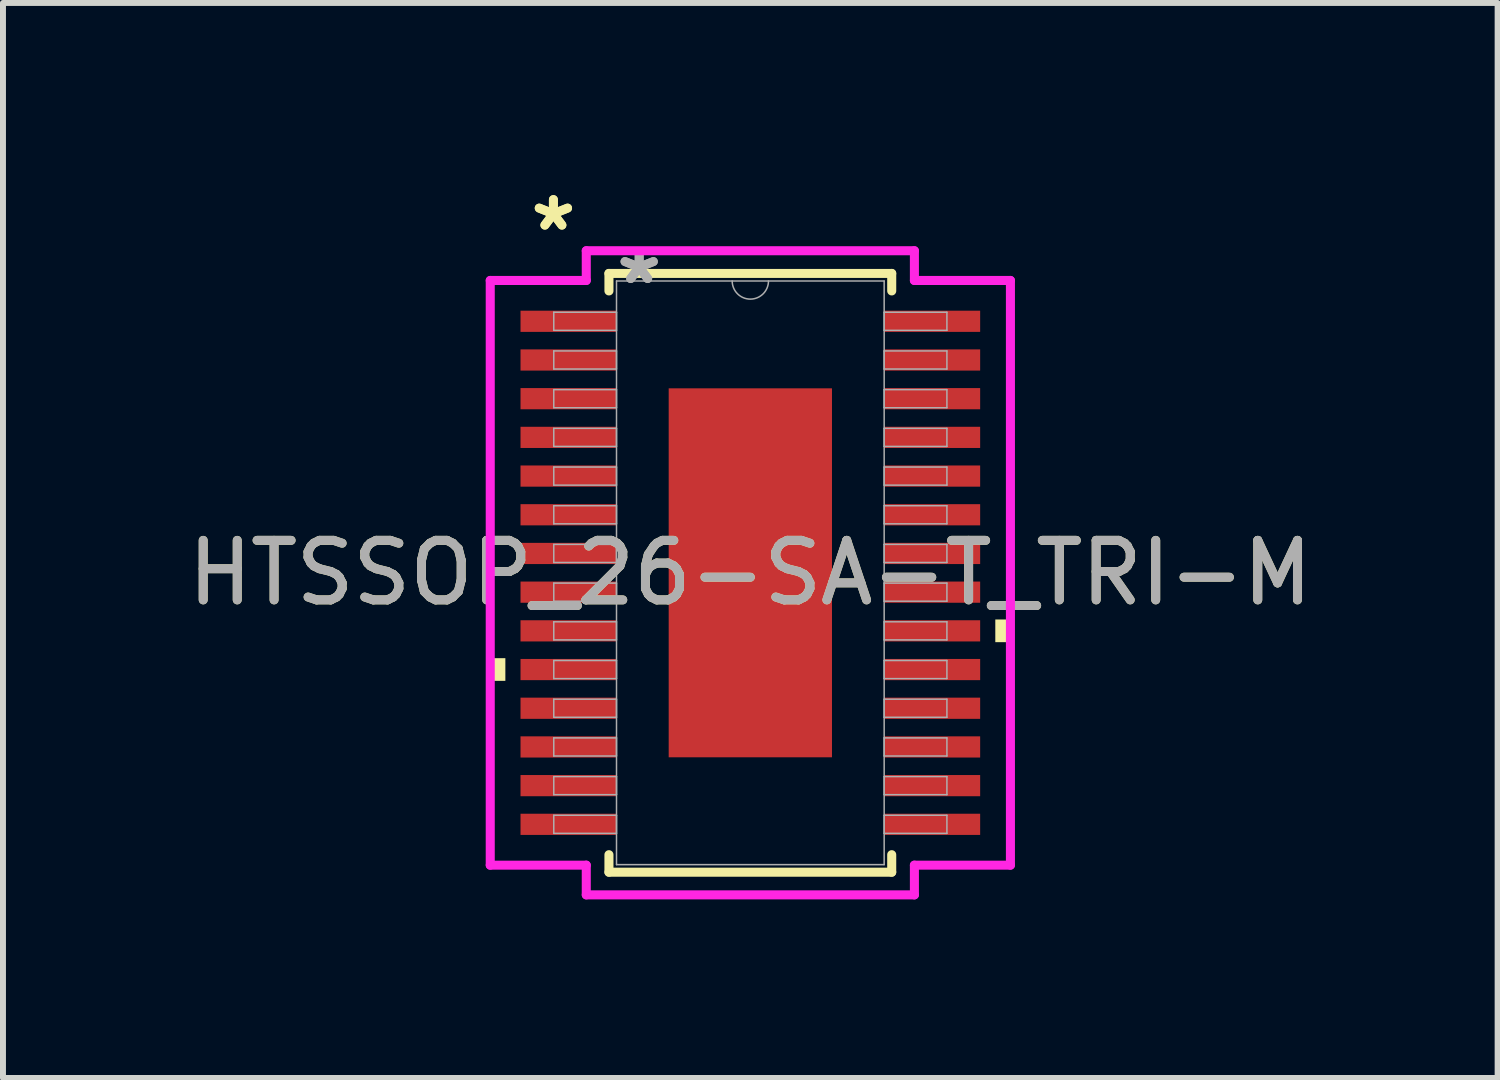
<source format=kicad_pcb>
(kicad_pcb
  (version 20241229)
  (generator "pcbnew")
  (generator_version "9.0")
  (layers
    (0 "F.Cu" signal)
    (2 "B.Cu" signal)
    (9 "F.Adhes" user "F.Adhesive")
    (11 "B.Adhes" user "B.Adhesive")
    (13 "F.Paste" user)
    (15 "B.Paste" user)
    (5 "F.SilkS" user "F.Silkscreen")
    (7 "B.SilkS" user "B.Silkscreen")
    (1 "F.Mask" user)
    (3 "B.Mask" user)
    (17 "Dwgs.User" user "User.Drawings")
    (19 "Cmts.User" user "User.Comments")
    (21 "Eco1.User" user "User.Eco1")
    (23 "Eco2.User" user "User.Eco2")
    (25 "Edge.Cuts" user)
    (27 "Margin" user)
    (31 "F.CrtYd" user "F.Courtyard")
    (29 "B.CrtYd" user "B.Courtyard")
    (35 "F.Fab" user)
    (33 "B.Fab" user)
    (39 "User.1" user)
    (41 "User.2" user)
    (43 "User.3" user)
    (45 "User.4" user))
  (footprint "HTSSOP_26-SA-T_TRI-M"
    (layer "F.Cu")
    (at 9.554 6.572)
    (property "Reference" "HTSSOP_26-SA-T_TRI-M" (at 0 0 0) (unlocked yes) (layer "F.SilkS") (effects (font (size 1 1) (thickness 0.15))))
    (attr smd)
    (fp_line (start -2.375 -5.029) (end -2.375 -4.735) (stroke (width 0.152) (type solid)) (layer "F.SilkS"))
    (fp_line (start -2.375 4.735) (end -2.375 5.029) (stroke (width 0.152) (type solid)) (layer "F.SilkS"))
    (fp_line (start -2.375 5.029) (end 2.375 5.029) (stroke (width 0.152) (type solid)) (layer "F.SilkS"))
    (fp_line (start 2.375 -5.029) (end -2.375 -5.029) (stroke (width 0.152) (type solid)) (layer "F.SilkS"))
    (fp_line (start 2.375 -4.735) (end 2.375 -5.029) (stroke (width 0.152) (type solid)) (layer "F.SilkS"))
    (fp_line (start 2.375 5.029) (end 2.375 4.735) (stroke (width 0.152) (type solid)) (layer "F.SilkS"))
    (fp_poly (pts (xy -4.369 1.434) (xy -4.369 1.815) (xy -4.115 1.815) (xy -4.115 1.434)) (stroke (width 0) (type solid)) (fill yes) (layer "F.SilkS"))
    (fp_poly (pts (xy 4.369 0.784) (xy 4.369 1.165) (xy 4.115 1.165) (xy 4.115 0.784)) (stroke (width 0) (type solid)) (fill yes) (layer "F.SilkS"))
    (fp_poly (pts (xy -1.272 -2.999) (xy -1.272 -1.649) (xy -0.1 -1.649) (xy -0.1 -2.999)) (stroke (width 0) (type solid)) (fill yes) (layer "F.Paste"))
    (fp_poly (pts (xy -1.272 -1.449) (xy -1.272 -0.1) (xy -0.1 -0.1) (xy -0.1 -1.449)) (stroke (width 0) (type solid)) (fill yes) (layer "F.Paste"))
    (fp_poly (pts (xy -1.272 0.1) (xy -1.272 1.449) (xy -0.1 1.449) (xy -0.1 0.1)) (stroke (width 0) (type solid)) (fill yes) (layer "F.Paste"))
    (fp_poly (pts (xy -1.272 1.649) (xy -1.272 2.999) (xy -0.1 2.999) (xy -0.1 1.649)) (stroke (width 0) (type solid)) (fill yes) (layer "F.Paste"))
    (fp_poly (pts (xy 0.1 -2.999) (xy 0.1 -1.649) (xy 1.272 -1.649) (xy 1.272 -2.999)) (stroke (width 0) (type solid)) (fill yes) (layer "F.Paste"))
    (fp_poly (pts (xy 0.1 -1.449) (xy 0.1 -0.1) (xy 1.272 -0.1) (xy 1.272 -1.449)) (stroke (width 0) (type solid)) (fill yes) (layer "F.Paste"))
    (fp_poly (pts (xy 0.1 0.1) (xy 0.1 1.449) (xy 1.272 1.449) (xy 1.272 0.1)) (stroke (width 0) (type solid)) (fill yes) (layer "F.Paste"))
    (fp_poly (pts (xy 0.1 1.649) (xy 0.1 2.999) (xy 1.272 2.999) (xy 1.272 1.649)) (stroke (width 0) (type solid)) (fill yes) (layer "F.Paste"))
    (fp_line (start -4.369 -4.911) (end -2.756 -4.911) (stroke (width 0.152) (type solid)) (layer "F.CrtYd"))
    (fp_line (start -4.369 4.911) (end -4.369 -4.911) (stroke (width 0.152) (type solid)) (layer "F.CrtYd"))
    (fp_line (start -4.369 4.911) (end -2.756 4.911) (stroke (width 0.152) (type solid)) (layer "F.CrtYd"))
    (fp_line (start -2.756 -5.41) (end 2.756 -5.41) (stroke (width 0.152) (type solid)) (layer "F.CrtYd"))
    (fp_line (start -2.756 -4.911) (end -2.756 -5.41) (stroke (width 0.152) (type solid)) (layer "F.CrtYd"))
    (fp_line (start -2.756 5.41) (end -2.756 4.911) (stroke (width 0.152) (type solid)) (layer "F.CrtYd"))
    (fp_line (start 2.756 -5.41) (end 2.756 -4.911) (stroke (width 0.152) (type solid)) (layer "F.CrtYd"))
    (fp_line (start 2.756 4.911) (end 2.756 5.41) (stroke (width 0.152) (type solid)) (layer "F.CrtYd"))
    (fp_line (start 2.756 5.41) (end -2.756 5.41) (stroke (width 0.152) (type solid)) (layer "F.CrtYd"))
    (fp_line (start 4.369 -4.911) (end 2.756 -4.911) (stroke (width 0.152) (type solid)) (layer "F.CrtYd"))
    (fp_line (start 4.369 -4.911) (end 4.369 4.911) (stroke (width 0.152) (type solid)) (layer "F.CrtYd"))
    (fp_line (start 4.369 4.911) (end 2.756 4.911) (stroke (width 0.152) (type solid)) (layer "F.CrtYd"))
    (fp_line (start -3.302 -4.377) (end -3.302 -4.073) (stroke (width 0.025) (type solid)) (layer "F.Fab"))
    (fp_line (start -3.302 -4.073) (end -2.248 -4.073) (stroke (width 0.025) (type solid)) (layer "F.Fab"))
    (fp_line (start -3.302 -3.727) (end -3.302 -3.423) (stroke (width 0.025) (type solid)) (layer "F.Fab"))
    (fp_line (start -3.302 -3.423) (end -2.248 -3.423) (stroke (width 0.025) (type solid)) (layer "F.Fab"))
    (fp_line (start -3.302 -3.077) (end -3.302 -2.773) (stroke (width 0.025) (type solid)) (layer "F.Fab"))
    (fp_line (start -3.302 -2.773) (end -2.248 -2.773) (stroke (width 0.025) (type solid)) (layer "F.Fab"))
    (fp_line (start -3.302 -2.427) (end -3.302 -2.123) (stroke (width 0.025) (type solid)) (layer "F.Fab"))
    (fp_line (start -3.302 -2.123) (end -2.248 -2.123) (stroke (width 0.025) (type solid)) (layer "F.Fab"))
    (fp_line (start -3.302 -1.777) (end -3.302 -1.473) (stroke (width 0.025) (type solid)) (layer "F.Fab"))
    (fp_line (start -3.302 -1.473) (end -2.248 -1.473) (stroke (width 0.025) (type solid)) (layer "F.Fab"))
    (fp_line (start -3.302 -1.127) (end -3.302 -0.823) (stroke (width 0.025) (type solid)) (layer "F.Fab"))
    (fp_line (start -3.302 -0.823) (end -2.248 -0.823) (stroke (width 0.025) (type solid)) (layer "F.Fab"))
    (fp_line (start -3.302 -0.477) (end -3.302 -0.173) (stroke (width 0.025) (type solid)) (layer "F.Fab"))
    (fp_line (start -3.302 -0.173) (end -2.248 -0.173) (stroke (width 0.025) (type solid)) (layer "F.Fab"))
    (fp_line (start -3.302 0.173) (end -3.302 0.477) (stroke (width 0.025) (type solid)) (layer "F.Fab"))
    (fp_line (start -3.302 0.477) (end -2.248 0.477) (stroke (width 0.025) (type solid)) (layer "F.Fab"))
    (fp_line (start -3.302 0.823) (end -3.302 1.127) (stroke (width 0.025) (type solid)) (layer "F.Fab"))
    (fp_line (start -3.302 1.127) (end -2.248 1.127) (stroke (width 0.025) (type solid)) (layer "F.Fab"))
    (fp_line (start -3.302 1.473) (end -3.302 1.777) (stroke (width 0.025) (type solid)) (layer "F.Fab"))
    (fp_line (start -3.302 1.777) (end -2.248 1.777) (stroke (width 0.025) (type solid)) (layer "F.Fab"))
    (fp_line (start -3.302 2.123) (end -3.302 2.427) (stroke (width 0.025) (type solid)) (layer "F.Fab"))
    (fp_line (start -3.302 2.427) (end -2.248 2.427) (stroke (width 0.025) (type solid)) (layer "F.Fab"))
    (fp_line (start -3.302 2.773) (end -3.302 3.077) (stroke (width 0.025) (type solid)) (layer "F.Fab"))
    (fp_line (start -3.302 3.077) (end -2.248 3.077) (stroke (width 0.025) (type solid)) (layer "F.Fab"))
    (fp_line (start -3.302 3.423) (end -3.302 3.727) (stroke (width 0.025) (type solid)) (layer "F.Fab"))
    (fp_line (start -3.302 3.727) (end -2.248 3.727) (stroke (width 0.025) (type solid)) (layer "F.Fab"))
    (fp_line (start -3.302 4.073) (end -3.302 4.377) (stroke (width 0.025) (type solid)) (layer "F.Fab"))
    (fp_line (start -3.302 4.377) (end -2.248 4.377) (stroke (width 0.025) (type solid)) (layer "F.Fab"))
    (fp_line (start -2.248 -4.902) (end -2.248 4.902) (stroke (width 0.025) (type solid)) (layer "F.Fab"))
    (fp_line (start -2.248 -4.377) (end -3.302 -4.377) (stroke (width 0.025) (type solid)) (layer "F.Fab"))
    (fp_line (start -2.248 -4.073) (end -2.248 -4.377) (stroke (width 0.025) (type solid)) (layer "F.Fab"))
    (fp_line (start -2.248 -3.727) (end -3.302 -3.727) (stroke (width 0.025) (type solid)) (layer "F.Fab"))
    (fp_line (start -2.248 -3.423) (end -2.248 -3.727) (stroke (width 0.025) (type solid)) (layer "F.Fab"))
    (fp_line (start -2.248 -3.077) (end -3.302 -3.077) (stroke (width 0.025) (type solid)) (layer "F.Fab"))
    (fp_line (start -2.248 -2.773) (end -2.248 -3.077) (stroke (width 0.025) (type solid)) (layer "F.Fab"))
    (fp_line (start -2.248 -2.427) (end -3.302 -2.427) (stroke (width 0.025) (type solid)) (layer "F.Fab"))
    (fp_line (start -2.248 -2.123) (end -2.248 -2.427) (stroke (width 0.025) (type solid)) (layer "F.Fab"))
    (fp_line (start -2.248 -1.777) (end -3.302 -1.777) (stroke (width 0.025) (type solid)) (layer "F.Fab"))
    (fp_line (start -2.248 -1.473) (end -2.248 -1.777) (stroke (width 0.025) (type solid)) (layer "F.Fab"))
    (fp_line (start -2.248 -1.127) (end -3.302 -1.127) (stroke (width 0.025) (type solid)) (layer "F.Fab"))
    (fp_line (start -2.248 -0.823) (end -2.248 -1.127) (stroke (width 0.025) (type solid)) (layer "F.Fab"))
    (fp_line (start -2.248 -0.477) (end -3.302 -0.477) (stroke (width 0.025) (type solid)) (layer "F.Fab"))
    (fp_line (start -2.248 -0.173) (end -2.248 -0.477) (stroke (width 0.025) (type solid)) (layer "F.Fab"))
    (fp_line (start -2.248 0.173) (end -3.302 0.173) (stroke (width 0.025) (type solid)) (layer "F.Fab"))
    (fp_line (start -2.248 0.477) (end -2.248 0.173) (stroke (width 0.025) (type solid)) (layer "F.Fab"))
    (fp_line (start -2.248 0.823) (end -3.302 0.823) (stroke (width 0.025) (type solid)) (layer "F.Fab"))
    (fp_line (start -2.248 1.127) (end -2.248 0.823) (stroke (width 0.025) (type solid)) (layer "F.Fab"))
    (fp_line (start -2.248 1.473) (end -3.302 1.473) (stroke (width 0.025) (type solid)) (layer "F.Fab"))
    (fp_line (start -2.248 1.777) (end -2.248 1.473) (stroke (width 0.025) (type solid)) (layer "F.Fab"))
    (fp_line (start -2.248 2.123) (end -3.302 2.123) (stroke (width 0.025) (type solid)) (layer "F.Fab"))
    (fp_line (start -2.248 2.427) (end -2.248 2.123) (stroke (width 0.025) (type solid)) (layer "F.Fab"))
    (fp_line (start -2.248 2.773) (end -3.302 2.773) (stroke (width 0.025) (type solid)) (layer "F.Fab"))
    (fp_line (start -2.248 3.077) (end -2.248 2.773) (stroke (width 0.025) (type solid)) (layer "F.Fab"))
    (fp_line (start -2.248 3.423) (end -3.302 3.423) (stroke (width 0.025) (type solid)) (layer "F.Fab"))
    (fp_line (start -2.248 3.727) (end -2.248 3.423) (stroke (width 0.025) (type solid)) (layer "F.Fab"))
    (fp_line (start -2.248 4.073) (end -3.302 4.073) (stroke (width 0.025) (type solid)) (layer "F.Fab"))
    (fp_line (start -2.248 4.377) (end -2.248 4.073) (stroke (width 0.025) (type solid)) (layer "F.Fab"))
    (fp_line (start -2.248 4.902) (end 2.248 4.902) (stroke (width 0.025) (type solid)) (layer "F.Fab"))
    (fp_line (start 2.248 -4.902) (end -2.248 -4.902) (stroke (width 0.025) (type solid)) (layer "F.Fab"))
    (fp_line (start 2.248 -4.377) (end 2.248 -4.073) (stroke (width 0.025) (type solid)) (layer "F.Fab"))
    (fp_line (start 2.248 -4.073) (end 3.302 -4.073) (stroke (width 0.025) (type solid)) (layer "F.Fab"))
    (fp_line (start 2.248 -3.727) (end 2.248 -3.423) (stroke (width 0.025) (type solid)) (layer "F.Fab"))
    (fp_line (start 2.248 -3.423) (end 3.302 -3.423) (stroke (width 0.025) (type solid)) (layer "F.Fab"))
    (fp_line (start 2.248 -3.077) (end 2.248 -2.773) (stroke (width 0.025) (type solid)) (layer "F.Fab"))
    (fp_line (start 2.248 -2.773) (end 3.302 -2.773) (stroke (width 0.025) (type solid)) (layer "F.Fab"))
    (fp_line (start 2.248 -2.427) (end 2.248 -2.123) (stroke (width 0.025) (type solid)) (layer "F.Fab"))
    (fp_line (start 2.248 -2.123) (end 3.302 -2.123) (stroke (width 0.025) (type solid)) (layer "F.Fab"))
    (fp_line (start 2.248 -1.777) (end 2.248 -1.473) (stroke (width 0.025) (type solid)) (layer "F.Fab"))
    (fp_line (start 2.248 -1.473) (end 3.302 -1.473) (stroke (width 0.025) (type solid)) (layer "F.Fab"))
    (fp_line (start 2.248 -1.127) (end 2.248 -0.823) (stroke (width 0.025) (type solid)) (layer "F.Fab"))
    (fp_line (start 2.248 -0.823) (end 3.302 -0.823) (stroke (width 0.025) (type solid)) (layer "F.Fab"))
    (fp_line (start 2.248 -0.477) (end 2.248 -0.173) (stroke (width 0.025) (type solid)) (layer "F.Fab"))
    (fp_line (start 2.248 -0.173) (end 3.302 -0.173) (stroke (width 0.025) (type solid)) (layer "F.Fab"))
    (fp_line (start 2.248 0.173) (end 2.248 0.477) (stroke (width 0.025) (type solid)) (layer "F.Fab"))
    (fp_line (start 2.248 0.477) (end 3.302 0.477) (stroke (width 0.025) (type solid)) (layer "F.Fab"))
    (fp_line (start 2.248 0.823) (end 2.248 1.127) (stroke (width 0.025) (type solid)) (layer "F.Fab"))
    (fp_line (start 2.248 1.127) (end 3.302 1.127) (stroke (width 0.025) (type solid)) (layer "F.Fab"))
    (fp_line (start 2.248 1.473) (end 2.248 1.777) (stroke (width 0.025) (type solid)) (layer "F.Fab"))
    (fp_line (start 2.248 1.777) (end 3.302 1.777) (stroke (width 0.025) (type solid)) (layer "F.Fab"))
    (fp_line (start 2.248 2.123) (end 2.248 2.427) (stroke (width 0.025) (type solid)) (layer "F.Fab"))
    (fp_line (start 2.248 2.427) (end 3.302 2.427) (stroke (width 0.025) (type solid)) (layer "F.Fab"))
    (fp_line (start 2.248 2.773) (end 2.248 3.077) (stroke (width 0.025) (type solid)) (layer "F.Fab"))
    (fp_line (start 2.248 3.077) (end 3.302 3.077) (stroke (width 0.025) (type solid)) (layer "F.Fab"))
    (fp_line (start 2.248 3.423) (end 2.248 3.727) (stroke (width 0.025) (type solid)) (layer "F.Fab"))
    (fp_line (start 2.248 3.727) (end 3.302 3.727) (stroke (width 0.025) (type solid)) (layer "F.Fab"))
    (fp_line (start 2.248 4.073) (end 2.248 4.377) (stroke (width 0.025) (type solid)) (layer "F.Fab"))
    (fp_line (start 2.248 4.377) (end 3.302 4.377) (stroke (width 0.025) (type solid)) (layer "F.Fab"))
    (fp_line (start 2.248 4.902) (end 2.248 -4.902) (stroke (width 0.025) (type solid)) (layer "F.Fab"))
    (fp_line (start 3.302 -4.377) (end 2.248 -4.377) (stroke (width 0.025) (type solid)) (layer "F.Fab"))
    (fp_line (start 3.302 -4.073) (end 3.302 -4.377) (stroke (width 0.025) (type solid)) (layer "F.Fab"))
    (fp_line (start 3.302 -3.727) (end 2.248 -3.727) (stroke (width 0.025) (type solid)) (layer "F.Fab"))
    (fp_line (start 3.302 -3.423) (end 3.302 -3.727) (stroke (width 0.025) (type solid)) (layer "F.Fab"))
    (fp_line (start 3.302 -3.077) (end 2.248 -3.077) (stroke (width 0.025) (type solid)) (layer "F.Fab"))
    (fp_line (start 3.302 -2.773) (end 3.302 -3.077) (stroke (width 0.025) (type solid)) (layer "F.Fab"))
    (fp_line (start 3.302 -2.427) (end 2.248 -2.427) (stroke (width 0.025) (type solid)) (layer "F.Fab"))
    (fp_line (start 3.302 -2.123) (end 3.302 -2.427) (stroke (width 0.025) (type solid)) (layer "F.Fab"))
    (fp_line (start 3.302 -1.777) (end 2.248 -1.777) (stroke (width 0.025) (type solid)) (layer "F.Fab"))
    (fp_line (start 3.302 -1.473) (end 3.302 -1.777) (stroke (width 0.025) (type solid)) (layer "F.Fab"))
    (fp_line (start 3.302 -1.127) (end 2.248 -1.127) (stroke (width 0.025) (type solid)) (layer "F.Fab"))
    (fp_line (start 3.302 -0.823) (end 3.302 -1.127) (stroke (width 0.025) (type solid)) (layer "F.Fab"))
    (fp_line (start 3.302 -0.477) (end 2.248 -0.477) (stroke (width 0.025) (type solid)) (layer "F.Fab"))
    (fp_line (start 3.302 -0.173) (end 3.302 -0.477) (stroke (width 0.025) (type solid)) (layer "F.Fab"))
    (fp_line (start 3.302 0.173) (end 2.248 0.173) (stroke (width 0.025) (type solid)) (layer "F.Fab"))
    (fp_line (start 3.302 0.477) (end 3.302 0.173) (stroke (width 0.025) (type solid)) (layer "F.Fab"))
    (fp_line (start 3.302 0.823) (end 2.248 0.823) (stroke (width 0.025) (type solid)) (layer "F.Fab"))
    (fp_line (start 3.302 1.127) (end 3.302 0.823) (stroke (width 0.025) (type solid)) (layer "F.Fab"))
    (fp_line (start 3.302 1.473) (end 2.248 1.473) (stroke (width 0.025) (type solid)) (layer "F.Fab"))
    (fp_line (start 3.302 1.777) (end 3.302 1.473) (stroke (width 0.025) (type solid)) (layer "F.Fab"))
    (fp_line (start 3.302 2.123) (end 2.248 2.123) (stroke (width 0.025) (type solid)) (layer "F.Fab"))
    (fp_line (start 3.302 2.427) (end 3.302 2.123) (stroke (width 0.025) (type solid)) (layer "F.Fab"))
    (fp_line (start 3.302 2.773) (end 2.248 2.773) (stroke (width 0.025) (type solid)) (layer "F.Fab"))
    (fp_line (start 3.302 3.077) (end 3.302 2.773) (stroke (width 0.025) (type solid)) (layer "F.Fab"))
    (fp_line (start 3.302 3.423) (end 2.248 3.423) (stroke (width 0.025) (type solid)) (layer "F.Fab"))
    (fp_line (start 3.302 3.727) (end 3.302 3.423) (stroke (width 0.025) (type solid)) (layer "F.Fab"))
    (fp_line (start 3.302 4.073) (end 2.248 4.073) (stroke (width 0.025) (type solid)) (layer "F.Fab"))
    (fp_line (start 3.302 4.377) (end 3.302 4.073) (stroke (width 0.025) (type solid)) (layer "F.Fab"))
    (fp_arc (start 0.3048 -4.9022) (mid 0 -4.5974) (end -0.3048 -4.9022) (stroke (width 0.0254) (type solid)) (layer "F.Fab"))
    (fp_text user "*" (at -3.308 -5.724 0) (unlocked yes) (layer "F.SilkS") (effects (font (size 1 1) (thickness 0.15))))
    (fp_text user "*" (at -3.308 -5.724 0) (layer "F.SilkS") (effects (font (size 1 1) (thickness 0.15))))
    (fp_text user "*" (at -1.867 -4.826 0) (layer "F.Fab") (effects (font (size 1 1) (thickness 0.15))))
    (fp_text user "${REFERENCE}" (at 0 0 0) (unlocked yes) (layer "F.Fab") (effects (font (size 1 1) (thickness 0.15))))
    (fp_text user "*" (at -1.867 -4.826 0) (unlocked yes) (layer "F.Fab") (effects (font (size 1 1) (thickness 0.15))))
    (pad "1" smd rect (at -3.054 -4.225) (size 1.613 0.356) (layers "F.Cu" "F.Mask" "F.Paste"))
    (pad "2" smd rect (at -3.054 -3.575) (size 1.613 0.356) (layers "F.Cu" "F.Mask" "F.Paste"))
    (pad "3" smd rect (at -3.054 -2.925) (size 1.613 0.356) (layers "F.Cu" "F.Mask" "F.Paste"))
    (pad "4" smd rect (at -3.054 -2.275) (size 1.613 0.356) (layers "F.Cu" "F.Mask" "F.Paste"))
    (pad "5" smd rect (at -3.054 -1.625) (size 1.613 0.356) (layers "F.Cu" "F.Mask" "F.Paste"))
    (pad "6" smd rect (at -3.054 -0.975) (size 1.613 0.356) (layers "F.Cu" "F.Mask" "F.Paste"))
    (pad "7" smd rect (at -3.054 -0.325) (size 1.613 0.356) (layers "F.Cu" "F.Mask" "F.Paste"))
    (pad "8" smd rect (at -3.054 0.325) (size 1.613 0.356) (layers "F.Cu" "F.Mask" "F.Paste"))
    (pad "9" smd rect (at -3.054 0.975) (size 1.613 0.356) (layers "F.Cu" "F.Mask" "F.Paste"))
    (pad "10" smd rect (at -3.054 1.625) (size 1.613 0.356) (layers "F.Cu" "F.Mask" "F.Paste"))
    (pad "11" smd rect (at -3.054 2.275) (size 1.613 0.356) (layers "F.Cu" "F.Mask" "F.Paste"))
    (pad "12" smd rect (at -3.054 2.925) (size 1.613 0.356) (layers "F.Cu" "F.Mask" "F.Paste"))
    (pad "13" smd rect (at -3.054 3.575) (size 1.613 0.356) (layers "F.Cu" "F.Mask" "F.Paste"))
    (pad "14" smd rect (at -3.054 4.225) (size 1.613 0.356) (layers "F.Cu" "F.Mask" "F.Paste"))
    (pad "15" smd rect (at 3.054 4.225) (size 1.613 0.356) (layers "F.Cu" "F.Mask" "F.Paste"))
    (pad "16" smd rect (at 3.054 3.575) (size 1.613 0.356) (layers "F.Cu" "F.Mask" "F.Paste"))
    (pad "17" smd rect (at 3.054 2.925) (size 1.613 0.356) (layers "F.Cu" "F.Mask" "F.Paste"))
    (pad "18" smd rect (at 3.054 2.275) (size 1.613 0.356) (layers "F.Cu" "F.Mask" "F.Paste"))
    (pad "19" smd rect (at 3.054 1.625) (size 1.613 0.356) (layers "F.Cu" "F.Mask" "F.Paste"))
    (pad "20" smd rect (at 3.054 0.975) (size 1.613 0.356) (layers "F.Cu" "F.Mask" "F.Paste"))
    (pad "21" smd rect (at 3.054 0.325) (size 1.613 0.356) (layers "F.Cu" "F.Mask" "F.Paste"))
    (pad "22" smd rect (at 3.054 -0.325) (size 1.613 0.356) (layers "F.Cu" "F.Mask" "F.Paste"))
    (pad "23" smd rect (at 3.054 -0.975) (size 1.613 0.356) (layers "F.Cu" "F.Mask" "F.Paste"))
    (pad "24" smd rect (at 3.054 -1.625) (size 1.613 0.356) (layers "F.Cu" "F.Mask" "F.Paste"))
    (pad "25" smd rect (at 3.054 -2.275) (size 1.613 0.356) (layers "F.Cu" "F.Mask" "F.Paste"))
    (pad "26" smd rect (at 3.054 -2.925) (size 1.613 0.356) (layers "F.Cu" "F.Mask" "F.Paste"))
    (pad "27" smd rect (at 3.054 -3.575) (size 1.613 0.356) (layers "F.Cu" "F.Mask" "F.Paste"))
    (pad "28" smd rect (at 3.054 -4.225) (size 1.613 0.356) (layers "F.Cu" "F.Mask" "F.Paste"))
    (pad "EPAD" smd rect (at 0 0) (size 2.743 6.198) (layers "F.Cu" "F.Mask")))
  (gr_rect
    (start -3 -3)
    (end 22.107 15.058)
    (stroke (width 0.1) (type default))
    (fill no)
    (layer "Edge.Cuts")))
</source>
